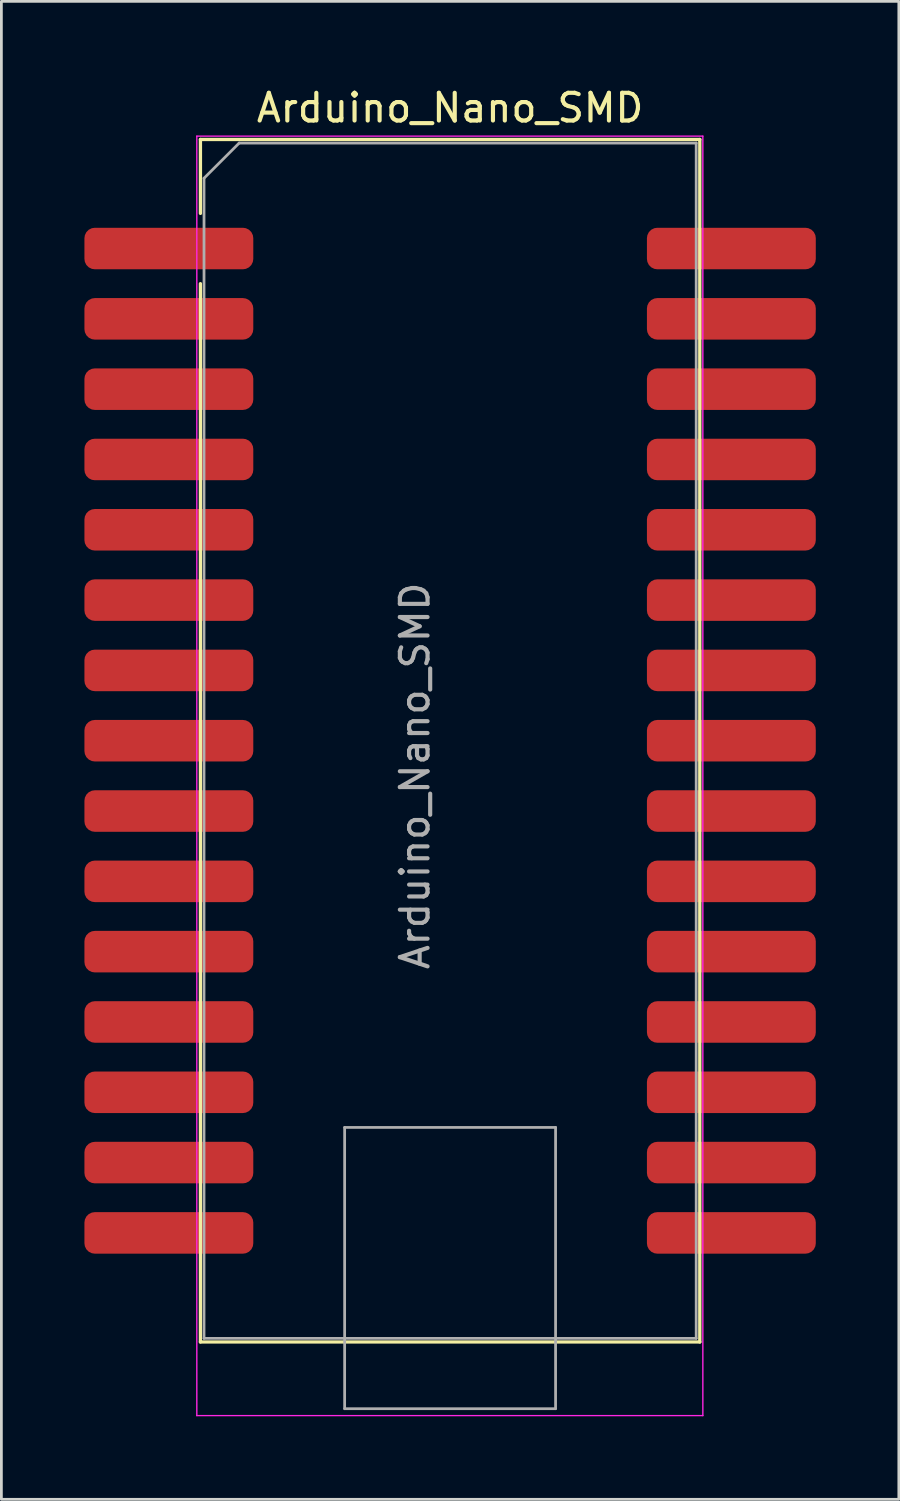
<source format=kicad_pcb>
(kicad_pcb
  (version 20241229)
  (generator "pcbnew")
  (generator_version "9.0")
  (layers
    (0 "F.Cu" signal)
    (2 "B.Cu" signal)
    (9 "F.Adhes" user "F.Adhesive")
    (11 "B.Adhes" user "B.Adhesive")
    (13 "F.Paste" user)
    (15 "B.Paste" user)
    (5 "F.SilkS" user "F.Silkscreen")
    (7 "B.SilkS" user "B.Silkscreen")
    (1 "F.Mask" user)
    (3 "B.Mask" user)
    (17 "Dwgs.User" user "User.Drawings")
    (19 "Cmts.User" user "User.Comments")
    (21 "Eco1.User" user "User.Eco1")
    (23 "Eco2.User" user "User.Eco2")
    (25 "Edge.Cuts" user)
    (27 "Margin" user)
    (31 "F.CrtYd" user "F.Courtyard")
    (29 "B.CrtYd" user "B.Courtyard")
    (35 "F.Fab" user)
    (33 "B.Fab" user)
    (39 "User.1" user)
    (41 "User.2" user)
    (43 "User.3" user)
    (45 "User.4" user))
  (footprint "Arduino_Nano_SMD"
    (layer "F.Cu")
    (at 5.59 5.928)
    (property "Reference" "Arduino_Nano_SMD" (at 7.62 -5.08 0) (layer "F.SilkS") (effects (font (size 1 1) (thickness 0.15))))
    (attr through_hole)
    (fp_line (start -1.4 -3.94) (end -1.4 -1.27) (stroke (width 0.12) (type solid)) (layer "F.SilkS"))
    (fp_line (start -1.4 1.27) (end -1.4 39.5) (stroke (width 0.12) (type solid)) (layer "F.SilkS"))
    (fp_line (start -1.4 39.5) (end 16.64 39.5) (stroke (width 0.12) (type solid)) (layer "F.SilkS"))
    (fp_line (start 16.64 -3.94) (end -1.4 -3.94) (stroke (width 0.12) (type solid)) (layer "F.SilkS"))
    (fp_line (start 16.64 39.5) (end 16.64 -3.94) (stroke (width 0.12) (type solid)) (layer "F.SilkS"))
    (fp_line (start -1.53 -4.06) (end -1.53 42.16) (stroke (width 0.05) (type solid)) (layer "F.CrtYd"))
    (fp_line (start -1.53 -4.06) (end 16.75 -4.06) (stroke (width 0.05) (type solid)) (layer "F.CrtYd"))
    (fp_line (start 16.75 42.16) (end -1.53 42.16) (stroke (width 0.05) (type solid)) (layer "F.CrtYd"))
    (fp_line (start 16.75 42.16) (end 16.75 -4.06) (stroke (width 0.05) (type solid)) (layer "F.CrtYd"))
    (fp_line (start -1.27 -2.54) (end 0 -3.81) (stroke (width 0.1) (type solid)) (layer "F.Fab"))
    (fp_line (start -1.27 39.37) (end -1.27 -2.54) (stroke (width 0.1) (type solid)) (layer "F.Fab"))
    (fp_line (start 0 -3.81) (end 16.51 -3.81) (stroke (width 0.1) (type solid)) (layer "F.Fab"))
    (fp_line (start 3.81 31.75) (end 11.43 31.75) (stroke (width 0.1) (type solid)) (layer "F.Fab"))
    (fp_line (start 3.81 41.91) (end 3.81 31.75) (stroke (width 0.1) (type solid)) (layer "F.Fab"))
    (fp_line (start 11.43 31.75) (end 11.43 41.91) (stroke (width 0.1) (type solid)) (layer "F.Fab"))
    (fp_line (start 11.43 41.91) (end 3.81 41.91) (stroke (width 0.1) (type solid)) (layer "F.Fab"))
    (fp_line (start 16.51 -3.81) (end 16.51 39.37) (stroke (width 0.1) (type solid)) (layer "F.Fab"))
    (fp_line (start 16.51 39.37) (end -1.27 39.37) (stroke (width 0.1) (type solid)) (layer "F.Fab"))
    (fp_text user "${REFERENCE}" (at 6.35 19.05 90) (layer "F.Fab") (effects (font (size 1 1) (thickness 0.15))))
    (pad "1" smd roundrect (at -2.54 0) (size 6.1 1.5) (layers "F.Cu" "F.Mask" "F.Paste") (roundrect_rratio 0.25))
    (pad "2" smd roundrect (at -2.54 2.54) (size 6.1 1.5) (layers "F.Cu" "F.Mask" "F.Paste") (roundrect_rratio 0.25))
    (pad "3" smd roundrect (at -2.54 5.08) (size 6.1 1.5) (layers "F.Cu" "F.Mask" "F.Paste") (roundrect_rratio 0.25))
    (pad "4" smd roundrect (at -2.54 7.62) (size 6.1 1.5) (layers "F.Cu" "F.Mask" "F.Paste") (roundrect_rratio 0.25))
    (pad "5" smd roundrect (at -2.54 10.16) (size 6.1 1.5) (layers "F.Cu" "F.Mask" "F.Paste") (roundrect_rratio 0.25))
    (pad "6" smd roundrect (at -2.54 12.7) (size 6.1 1.5) (layers "F.Cu" "F.Mask" "F.Paste") (roundrect_rratio 0.25))
    (pad "7" smd roundrect (at -2.54 15.24) (size 6.1 1.5) (layers "F.Cu" "F.Mask" "F.Paste") (roundrect_rratio 0.25))
    (pad "8" smd roundrect (at -2.54 17.78) (size 6.1 1.5) (layers "F.Cu" "F.Mask" "F.Paste") (roundrect_rratio 0.25))
    (pad "9" smd roundrect (at -2.54 20.32) (size 6.1 1.5) (layers "F.Cu" "F.Mask" "F.Paste") (roundrect_rratio 0.25))
    (pad "10" smd roundrect (at -2.54 22.86) (size 6.1 1.5) (layers "F.Cu" "F.Mask" "F.Paste") (roundrect_rratio 0.25))
    (pad "11" smd roundrect (at -2.54 25.4) (size 6.1 1.5) (layers "F.Cu" "F.Mask" "F.Paste") (roundrect_rratio 0.25))
    (pad "12" smd roundrect (at -2.54 27.94) (size 6.1 1.5) (layers "F.Cu" "F.Mask" "F.Paste") (roundrect_rratio 0.25))
    (pad "13" smd roundrect (at -2.54 30.48) (size 6.1 1.5) (layers "F.Cu" "F.Mask" "F.Paste") (roundrect_rratio 0.25))
    (pad "14" smd roundrect (at -2.54 33.02) (size 6.1 1.5) (layers "F.Cu" "F.Mask" "F.Paste") (roundrect_rratio 0.25))
    (pad "15" smd roundrect (at -2.54 35.56) (size 6.1 1.5) (layers "F.Cu" "F.Mask" "F.Paste") (roundrect_rratio 0.25))
    (pad "16" smd roundrect (at 17.78 35.56) (size 6.1 1.5) (layers "F.Cu" "F.Mask" "F.Paste") (roundrect_rratio 0.25))
    (pad "17" smd roundrect (at 17.78 33.02) (size 6.1 1.5) (layers "F.Cu" "F.Mask" "F.Paste") (roundrect_rratio 0.25))
    (pad "18" smd roundrect (at 17.78 30.48) (size 6.1 1.5) (layers "F.Cu" "F.Mask" "F.Paste") (roundrect_rratio 0.25))
    (pad "19" smd roundrect (at 17.78 27.94) (size 6.1 1.5) (layers "F.Cu" "F.Mask" "F.Paste") (roundrect_rratio 0.25))
    (pad "20" smd roundrect (at 17.78 25.4) (size 6.1 1.5) (layers "F.Cu" "F.Mask" "F.Paste") (roundrect_rratio 0.25))
    (pad "21" smd roundrect (at 17.78 22.86) (size 6.1 1.5) (layers "F.Cu" "F.Mask" "F.Paste") (roundrect_rratio 0.25))
    (pad "22" smd roundrect (at 17.78 20.32) (size 6.1 1.5) (layers "F.Cu" "F.Mask" "F.Paste") (roundrect_rratio 0.25))
    (pad "23" smd roundrect (at 17.78 17.78) (size 6.1 1.5) (layers "F.Cu" "F.Mask" "F.Paste") (roundrect_rratio 0.25))
    (pad "24" smd roundrect (at 17.78 15.24) (size 6.1 1.5) (layers "F.Cu" "F.Mask" "F.Paste") (roundrect_rratio 0.25))
    (pad "25" smd roundrect (at 17.78 12.7) (size 6.1 1.5) (layers "F.Cu" "F.Mask" "F.Paste") (roundrect_rratio 0.25))
    (pad "26" smd roundrect (at 17.78 10.16) (size 6.1 1.5) (layers "F.Cu" "F.Mask" "F.Paste") (roundrect_rratio 0.25))
    (pad "27" smd roundrect (at 17.78 7.62) (size 6.1 1.5) (layers "F.Cu" "F.Mask" "F.Paste") (roundrect_rratio 0.25))
    (pad "28" smd roundrect (at 17.78 5.08) (size 6.1 1.5) (layers "F.Cu" "F.Mask" "F.Paste") (roundrect_rratio 0.25))
    (pad "29" smd roundrect (at 17.78 2.54) (size 6.1 1.5) (layers "F.Cu" "F.Mask" "F.Paste") (roundrect_rratio 0.25))
    (pad "30" smd roundrect (at 17.78 0) (size 6.1 1.5) (layers "F.Cu" "F.Mask" "F.Paste") (roundrect_rratio 0.25)))
  (gr_rect
    (start -3 -3)
    (end 29.42 51.113)
    (stroke (width 0.1) (type default))
    (fill no)
    (layer "Edge.Cuts")))
</source>
